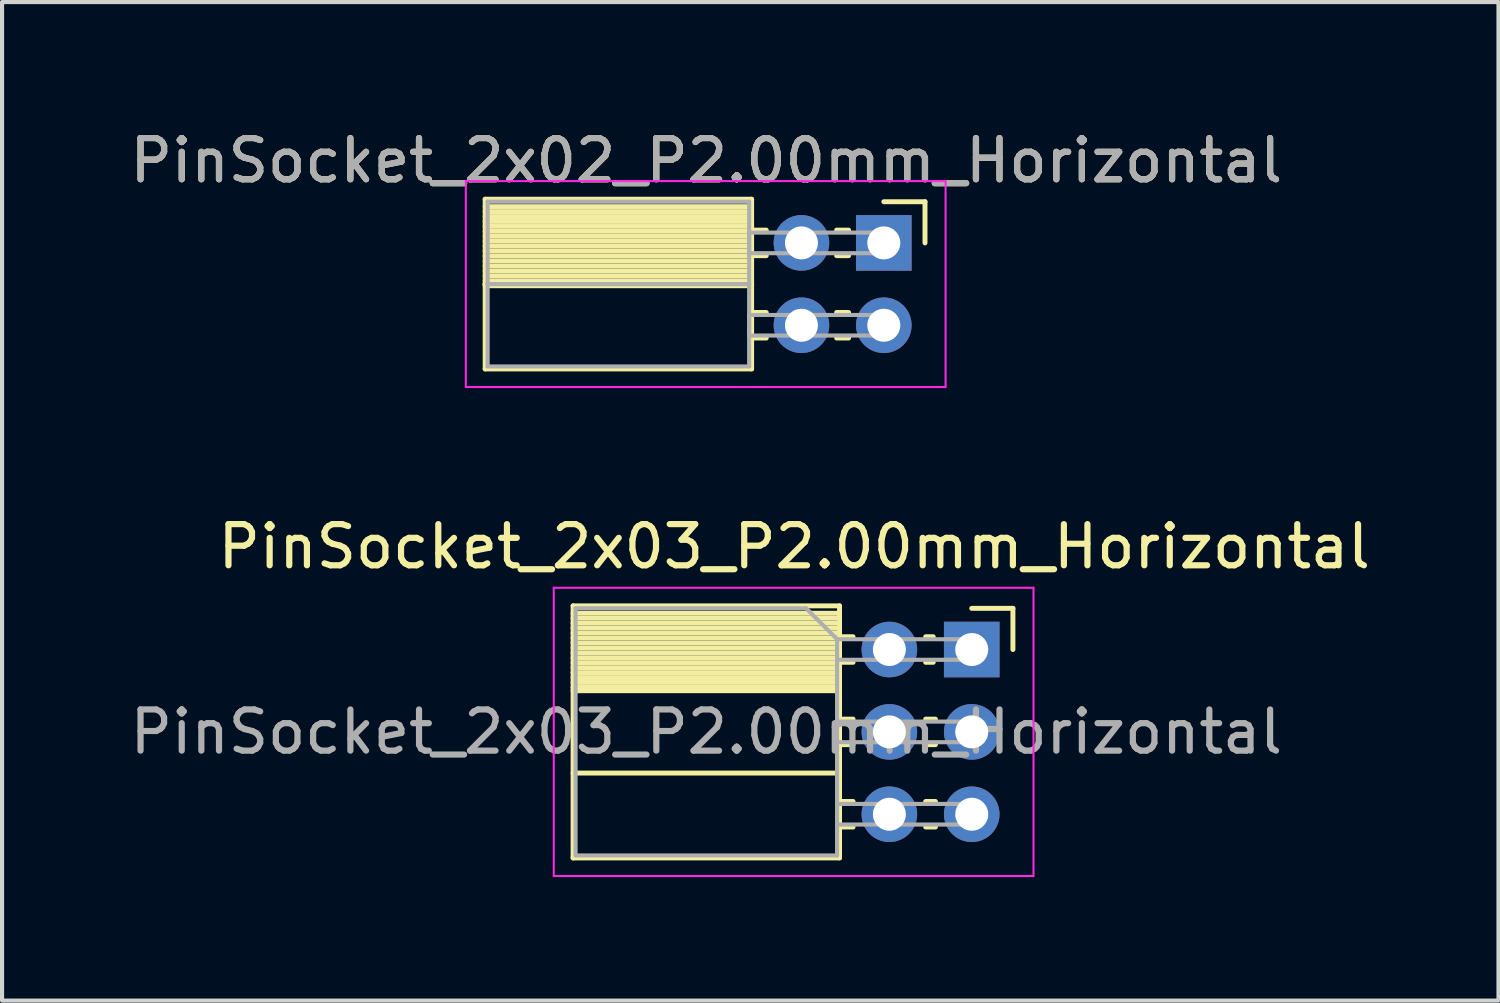
<source format=kicad_pcb>
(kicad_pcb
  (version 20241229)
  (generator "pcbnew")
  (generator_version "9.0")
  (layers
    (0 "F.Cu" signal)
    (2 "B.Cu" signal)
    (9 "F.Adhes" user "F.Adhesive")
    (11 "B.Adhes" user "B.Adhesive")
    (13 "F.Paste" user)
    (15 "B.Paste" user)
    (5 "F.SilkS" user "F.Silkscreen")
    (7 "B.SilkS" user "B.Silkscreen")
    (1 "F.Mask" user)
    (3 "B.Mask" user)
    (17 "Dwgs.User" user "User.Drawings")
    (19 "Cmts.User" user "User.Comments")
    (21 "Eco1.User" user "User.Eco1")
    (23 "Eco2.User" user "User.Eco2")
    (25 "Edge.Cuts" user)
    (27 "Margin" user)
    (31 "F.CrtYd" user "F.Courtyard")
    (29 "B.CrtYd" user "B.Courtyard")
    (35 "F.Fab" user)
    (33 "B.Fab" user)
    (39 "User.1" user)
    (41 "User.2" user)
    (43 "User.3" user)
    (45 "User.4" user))
  (footprint "PinSocket_2x02_P2.00mm_Horizontal"
    (layer "F.Cu")
    (at 18.411 2.848)
    (property "Reference" "PinSocket_2x02_P2.00mm_Horizontal" (at -4.31 -2 0) (layer "F.SilkS") (effects (font (size 1 1) (thickness 0.15))))
    (attr through_hole)
    (fp_line (start -9.68 -1.06) (end -3.21 -1.06) (stroke (width 0.12) (type solid)) (layer "F.SilkS"))
    (fp_line (start -9.68 1) (end -9.68 -1.06) (stroke (width 0.12) (type solid)) (layer "F.SilkS"))
    (fp_line (start -9.68 1) (end -3.21 1) (stroke (width 0.12) (type solid)) (layer "F.SilkS"))
    (fp_line (start -9.68 3.06) (end -9.68 1) (stroke (width 0.12) (type solid)) (layer "F.SilkS"))
    (fp_line (start -3.21 -1.06) (end -3.21 1) (stroke (width 0.12) (type solid)) (layer "F.SilkS"))
    (fp_line (start -3.21 -0.88) (end -9.68 -0.88) (stroke (width 0.12) (type solid)) (layer "F.SilkS"))
    (fp_line (start -3.21 -0.76) (end -9.68 -0.76) (stroke (width 0.12) (type solid)) (layer "F.SilkS"))
    (fp_line (start -3.21 -0.64) (end -9.68 -0.64) (stroke (width 0.12) (type solid)) (layer "F.SilkS"))
    (fp_line (start -3.21 -0.52) (end -9.68 -0.52) (stroke (width 0.12) (type solid)) (layer "F.SilkS"))
    (fp_line (start -3.21 -0.4) (end -9.68 -0.4) (stroke (width 0.12) (type solid)) (layer "F.SilkS"))
    (fp_line (start -3.21 -0.28) (end -9.68 -0.28) (stroke (width 0.12) (type solid)) (layer "F.SilkS"))
    (fp_line (start -3.21 -0.16) (end -9.68 -0.16) (stroke (width 0.12) (type solid)) (layer "F.SilkS"))
    (fp_line (start -3.21 -0.04) (end -9.68 -0.04) (stroke (width 0.12) (type solid)) (layer "F.SilkS"))
    (fp_line (start -3.21 0.08) (end -9.68 0.08) (stroke (width 0.12) (type solid)) (layer "F.SilkS"))
    (fp_line (start -3.21 0.2) (end -9.68 0.2) (stroke (width 0.12) (type solid)) (layer "F.SilkS"))
    (fp_line (start -3.21 0.32) (end -9.68 0.32) (stroke (width 0.12) (type solid)) (layer "F.SilkS"))
    (fp_line (start -3.21 0.44) (end -9.68 0.44) (stroke (width 0.12) (type solid)) (layer "F.SilkS"))
    (fp_line (start -3.21 0.56) (end -9.68 0.56) (stroke (width 0.12) (type solid)) (layer "F.SilkS"))
    (fp_line (start -3.21 0.68) (end -9.68 0.68) (stroke (width 0.12) (type solid)) (layer "F.SilkS"))
    (fp_line (start -3.21 0.8) (end -9.68 0.8) (stroke (width 0.12) (type solid)) (layer "F.SilkS"))
    (fp_line (start -3.21 0.92) (end -9.68 0.92) (stroke (width 0.12) (type solid)) (layer "F.SilkS"))
    (fp_line (start -3.21 1) (end -9.68 1) (stroke (width 0.12) (type solid)) (layer "F.SilkS"))
    (fp_line (start -3.21 1) (end -3.21 3.06) (stroke (width 0.12) (type solid)) (layer "F.SilkS"))
    (fp_line (start -3.21 1.04) (end -9.68 1.04) (stroke (width 0.12) (type solid)) (layer "F.SilkS"))
    (fp_line (start -3.21 3.06) (end -9.68 3.06) (stroke (width 0.12) (type solid)) (layer "F.SilkS"))
    (fp_line (start -2.855 -0.31) (end -3.21 -0.31) (stroke (width 0.12) (type solid)) (layer "F.SilkS"))
    (fp_line (start -2.855 0.31) (end -3.21 0.31) (stroke (width 0.12) (type solid)) (layer "F.SilkS"))
    (fp_line (start -2.855 1.69) (end -3.21 1.69) (stroke (width 0.12) (type solid)) (layer "F.SilkS"))
    (fp_line (start -2.855 2.31) (end -3.21 2.31) (stroke (width 0.12) (type solid)) (layer "F.SilkS"))
    (fp_line (start -0.855 -0.31) (end -1.145 -0.31) (stroke (width 0.12) (type solid)) (layer "F.SilkS"))
    (fp_line (start -0.855 0.31) (end -1.145 0.31) (stroke (width 0.12) (type solid)) (layer "F.SilkS"))
    (fp_line (start -0.855 1.69) (end -1.145 1.69) (stroke (width 0.12) (type solid)) (layer "F.SilkS"))
    (fp_line (start -0.855 2.31) (end -1.145 2.31) (stroke (width 0.12) (type solid)) (layer "F.SilkS"))
    (fp_line (start 0 -1) (end 1 -1) (stroke (width 0.12) (type solid)) (layer "F.SilkS"))
    (fp_line (start 1 -1) (end 1 0) (stroke (width 0.12) (type solid)) (layer "F.SilkS"))
    (fp_line (start -10.15 -1.5) (end 1.5 -1.5) (stroke (width 0.05) (type solid)) (layer "F.CrtYd"))
    (fp_line (start -10.15 3.5) (end -10.15 -1.5) (stroke (width 0.05) (type solid)) (layer "F.CrtYd"))
    (fp_line (start 1.5 -1.5) (end 1.5 3.5) (stroke (width 0.05) (type solid)) (layer "F.CrtYd"))
    (fp_line (start 1.5 3.5) (end -10.15 3.5) (stroke (width 0.05) (type solid)) (layer "F.CrtYd"))
    (fp_line (start -9.62 -1) (end -3.27 -1) (stroke (width 0.1) (type solid)) (layer "F.Fab"))
    (fp_line (start -9.62 1) (end -9.62 -1) (stroke (width 0.1) (type solid)) (layer "F.Fab"))
    (fp_line (start -9.62 1) (end -3.27 1) (stroke (width 0.1) (type solid)) (layer "F.Fab"))
    (fp_line (start -9.62 3) (end -9.62 1) (stroke (width 0.1) (type solid)) (layer "F.Fab"))
    (fp_line (start -3.27 -1) (end -3.27 1) (stroke (width 0.1) (type solid)) (layer "F.Fab"))
    (fp_line (start -3.27 -0.25) (end 0 -0.25) (stroke (width 0.1) (type solid)) (layer "F.Fab"))
    (fp_line (start -3.27 0.25) (end -3.27 -0.25) (stroke (width 0.1) (type solid)) (layer "F.Fab"))
    (fp_line (start -3.27 1) (end -9.62 1) (stroke (width 0.1) (type solid)) (layer "F.Fab"))
    (fp_line (start -3.27 1) (end -3.27 3) (stroke (width 0.1) (type solid)) (layer "F.Fab"))
    (fp_line (start -3.27 1.75) (end 0 1.75) (stroke (width 0.1) (type solid)) (layer "F.Fab"))
    (fp_line (start -3.27 2.25) (end -3.27 1.75) (stroke (width 0.1) (type solid)) (layer "F.Fab"))
    (fp_line (start -3.27 3) (end -9.62 3) (stroke (width 0.1) (type solid)) (layer "F.Fab"))
    (fp_line (start 0 -0.25) (end 0 0.25) (stroke (width 0.1) (type solid)) (layer "F.Fab"))
    (fp_line (start 0 0.25) (end -3.27 0.25) (stroke (width 0.1) (type solid)) (layer "F.Fab"))
    (fp_line (start 0 1.75) (end 0 2.25) (stroke (width 0.1) (type solid)) (layer "F.Fab"))
    (fp_line (start 0 2.25) (end -3.27 2.25) (stroke (width 0.1) (type solid)) (layer "F.Fab"))
    (fp_text user "${REFERENCE}" (at -4.31 -2 0) (layer "F.Fab") (effects (font (size 1 1) (thickness 0.15))))
    (pad "1" thru_hole rect (at 0 0) (size 1.35 1.35) (drill 0.8) (layers "*.Cu" "*.Mask"))
    (pad "2" thru_hole oval (at -2 0) (size 1.35 1.35) (drill 0.8) (layers "*.Cu" "*.Mask"))
    (pad "3" thru_hole oval (at 0 2) (size 1.35 1.35) (drill 0.8) (layers "*.Cu" "*.Mask"))
    (pad "4" thru_hole oval (at -2 2) (size 1.35 1.35) (drill 0.8) (layers "*.Cu" "*.Mask")))
  (footprint "PinSocket_2x03_P2.00mm_Horizontal"
    (layer "F.Cu")
    (at 20.546 12.722)
    (property "Reference" "PinSocket_2x03_P2.00mm_Horizontal" (at -4.31 -2.5 0) (layer "F.SilkS") (effects (font (size 1 1) (thickness 0.15))))
    (attr through_hole)
    (fp_line (start -9.68 -1.06) (end -9.68 5.06) (stroke (width 0.12) (type solid)) (layer "F.SilkS"))
    (fp_line (start -9.68 -1.06) (end -3.21 -1.06) (stroke (width 0.12) (type solid)) (layer "F.SilkS"))
    (fp_line (start -9.68 -0.88) (end -3.21 -0.88) (stroke (width 0.12) (type solid)) (layer "F.SilkS"))
    (fp_line (start -9.68 -0.76) (end -3.21 -0.76) (stroke (width 0.12) (type solid)) (layer "F.SilkS"))
    (fp_line (start -9.68 -0.64) (end -3.21 -0.64) (stroke (width 0.12) (type solid)) (layer "F.SilkS"))
    (fp_line (start -9.68 -0.52) (end -3.21 -0.52) (stroke (width 0.12) (type solid)) (layer "F.SilkS"))
    (fp_line (start -9.68 -0.4) (end -3.21 -0.4) (stroke (width 0.12) (type solid)) (layer "F.SilkS"))
    (fp_line (start -9.68 -0.28) (end -3.21 -0.28) (stroke (width 0.12) (type solid)) (layer "F.SilkS"))
    (fp_line (start -9.68 -0.16) (end -3.21 -0.16) (stroke (width 0.12) (type solid)) (layer "F.SilkS"))
    (fp_line (start -9.68 -0.04) (end -3.21 -0.04) (stroke (width 0.12) (type solid)) (layer "F.SilkS"))
    (fp_line (start -9.68 0.08) (end -3.21 0.08) (stroke (width 0.12) (type solid)) (layer "F.SilkS"))
    (fp_line (start -9.68 0.2) (end -3.21 0.2) (stroke (width 0.12) (type solid)) (layer "F.SilkS"))
    (fp_line (start -9.68 0.32) (end -3.21 0.32) (stroke (width 0.12) (type solid)) (layer "F.SilkS"))
    (fp_line (start -9.68 0.44) (end -3.21 0.44) (stroke (width 0.12) (type solid)) (layer "F.SilkS"))
    (fp_line (start -9.68 0.56) (end -3.21 0.56) (stroke (width 0.12) (type solid)) (layer "F.SilkS"))
    (fp_line (start -9.68 0.68) (end -3.21 0.68) (stroke (width 0.12) (type solid)) (layer "F.SilkS"))
    (fp_line (start -9.68 0.8) (end -3.21 0.8) (stroke (width 0.12) (type solid)) (layer "F.SilkS"))
    (fp_line (start -9.68 0.92) (end -3.21 0.92) (stroke (width 0.12) (type solid)) (layer "F.SilkS"))
    (fp_line (start -9.68 1) (end -3.21 1) (stroke (width 0.12) (type solid)) (layer "F.SilkS"))
    (fp_line (start -9.68 3) (end -3.21 3) (stroke (width 0.12) (type solid)) (layer "F.SilkS"))
    (fp_line (start -9.68 5.06) (end -3.21 5.06) (stroke (width 0.12) (type solid)) (layer "F.SilkS"))
    (fp_line (start -3.21 -1.06) (end -3.21 5.06) (stroke (width 0.12) (type solid)) (layer "F.SilkS"))
    (fp_line (start -3.21 -0.31) (end -2.882 -0.31) (stroke (width 0.12) (type solid)) (layer "F.SilkS"))
    (fp_line (start -3.21 0.31) (end -2.882 0.31) (stroke (width 0.12) (type solid)) (layer "F.SilkS"))
    (fp_line (start -3.21 1.69) (end -2.882 1.69) (stroke (width 0.12) (type solid)) (layer "F.SilkS"))
    (fp_line (start -3.21 2.31) (end -2.882 2.31) (stroke (width 0.12) (type solid)) (layer "F.SilkS"))
    (fp_line (start -3.21 3.69) (end -2.882 3.69) (stroke (width 0.12) (type solid)) (layer "F.SilkS"))
    (fp_line (start -3.21 4.31) (end -2.882 4.31) (stroke (width 0.12) (type solid)) (layer "F.SilkS"))
    (fp_line (start -1.118 -0.31) (end -0.935 -0.31) (stroke (width 0.12) (type solid)) (layer "F.SilkS"))
    (fp_line (start -1.118 0.31) (end -0.935 0.31) (stroke (width 0.12) (type solid)) (layer "F.SilkS"))
    (fp_line (start -1.118 1.69) (end -0.882 1.69) (stroke (width 0.12) (type solid)) (layer "F.SilkS"))
    (fp_line (start -1.118 2.31) (end -0.882 2.31) (stroke (width 0.12) (type solid)) (layer "F.SilkS"))
    (fp_line (start -1.118 3.69) (end -0.882 3.69) (stroke (width 0.12) (type solid)) (layer "F.SilkS"))
    (fp_line (start -1.118 4.31) (end -0.882 4.31) (stroke (width 0.12) (type solid)) (layer "F.SilkS"))
    (fp_line (start 0 -1) (end 1 -1) (stroke (width 0.12) (type solid)) (layer "F.SilkS"))
    (fp_line (start 1 -1) (end 1 0) (stroke (width 0.12) (type solid)) (layer "F.SilkS"))
    (fp_line (start -10.15 -1.5) (end -10.15 5.5) (stroke (width 0.05) (type solid)) (layer "F.CrtYd"))
    (fp_line (start -10.15 5.5) (end 1.5 5.5) (stroke (width 0.05) (type solid)) (layer "F.CrtYd"))
    (fp_line (start 1.5 -1.5) (end -10.15 -1.5) (stroke (width 0.05) (type solid)) (layer "F.CrtYd"))
    (fp_line (start 1.5 5.5) (end 1.5 -1.5) (stroke (width 0.05) (type solid)) (layer "F.CrtYd"))
    (fp_line (start -9.62 -1) (end -4.02 -1) (stroke (width 0.1) (type solid)) (layer "F.Fab"))
    (fp_line (start -9.62 5) (end -9.62 -1) (stroke (width 0.1) (type solid)) (layer "F.Fab"))
    (fp_line (start -4.02 -1) (end -3.27 -0.25) (stroke (width 0.1) (type solid)) (layer "F.Fab"))
    (fp_line (start -3.27 -0.25) (end -3.27 5) (stroke (width 0.1) (type solid)) (layer "F.Fab"))
    (fp_line (start -3.27 0.25) (end 0 0.25) (stroke (width 0.1) (type solid)) (layer "F.Fab"))
    (fp_line (start -3.27 2.25) (end 0 2.25) (stroke (width 0.1) (type solid)) (layer "F.Fab"))
    (fp_line (start -3.27 4.25) (end 0 4.25) (stroke (width 0.1) (type solid)) (layer "F.Fab"))
    (fp_line (start -3.27 5) (end -9.62 5) (stroke (width 0.1) (type solid)) (layer "F.Fab"))
    (fp_line (start 0 -0.25) (end -3.27 -0.25) (stroke (width 0.1) (type solid)) (layer "F.Fab"))
    (fp_line (start 0 0.25) (end 0 -0.25) (stroke (width 0.1) (type solid)) (layer "F.Fab"))
    (fp_line (start 0 1.75) (end -3.27 1.75) (stroke (width 0.1) (type solid)) (layer "F.Fab"))
    (fp_line (start 0 2.25) (end 0 1.75) (stroke (width 0.1) (type solid)) (layer "F.Fab"))
    (fp_line (start 0 3.75) (end -3.27 3.75) (stroke (width 0.1) (type solid)) (layer "F.Fab"))
    (fp_line (start 0 4.25) (end 0 3.75) (stroke (width 0.1) (type solid)) (layer "F.Fab"))
    (fp_text user "${REFERENCE}" (at -6.445 2 0) (layer "F.Fab") (effects (font (size 1 1) (thickness 0.15))))
    (pad "1" thru_hole rect (at 0 0) (size 1.35 1.35) (drill 0.8) (layers "*.Cu" "*.Mask"))
    (pad "2" thru_hole oval (at -2 0) (size 1.35 1.35) (drill 0.8) (layers "*.Cu" "*.Mask"))
    (pad "3" thru_hole oval (at 0 2) (size 1.35 1.35) (drill 0.8) (layers "*.Cu" "*.Mask"))
    (pad "4" thru_hole oval (at -2 2) (size 1.35 1.35) (drill 0.8) (layers "*.Cu" "*.Mask"))
    (pad "5" thru_hole oval (at 0 4) (size 1.35 1.35) (drill 0.8) (layers "*.Cu" "*.Mask"))
    (pad "6" thru_hole oval (at -2 4) (size 1.35 1.35) (drill 0.8) (layers "*.Cu" "*.Mask")))
  (gr_rect
    (start -3 -3)
    (end 33.337 21.247)
    (stroke (width 0.1) (type default))
    (fill no)
    (layer "Edge.Cuts")))
</source>
